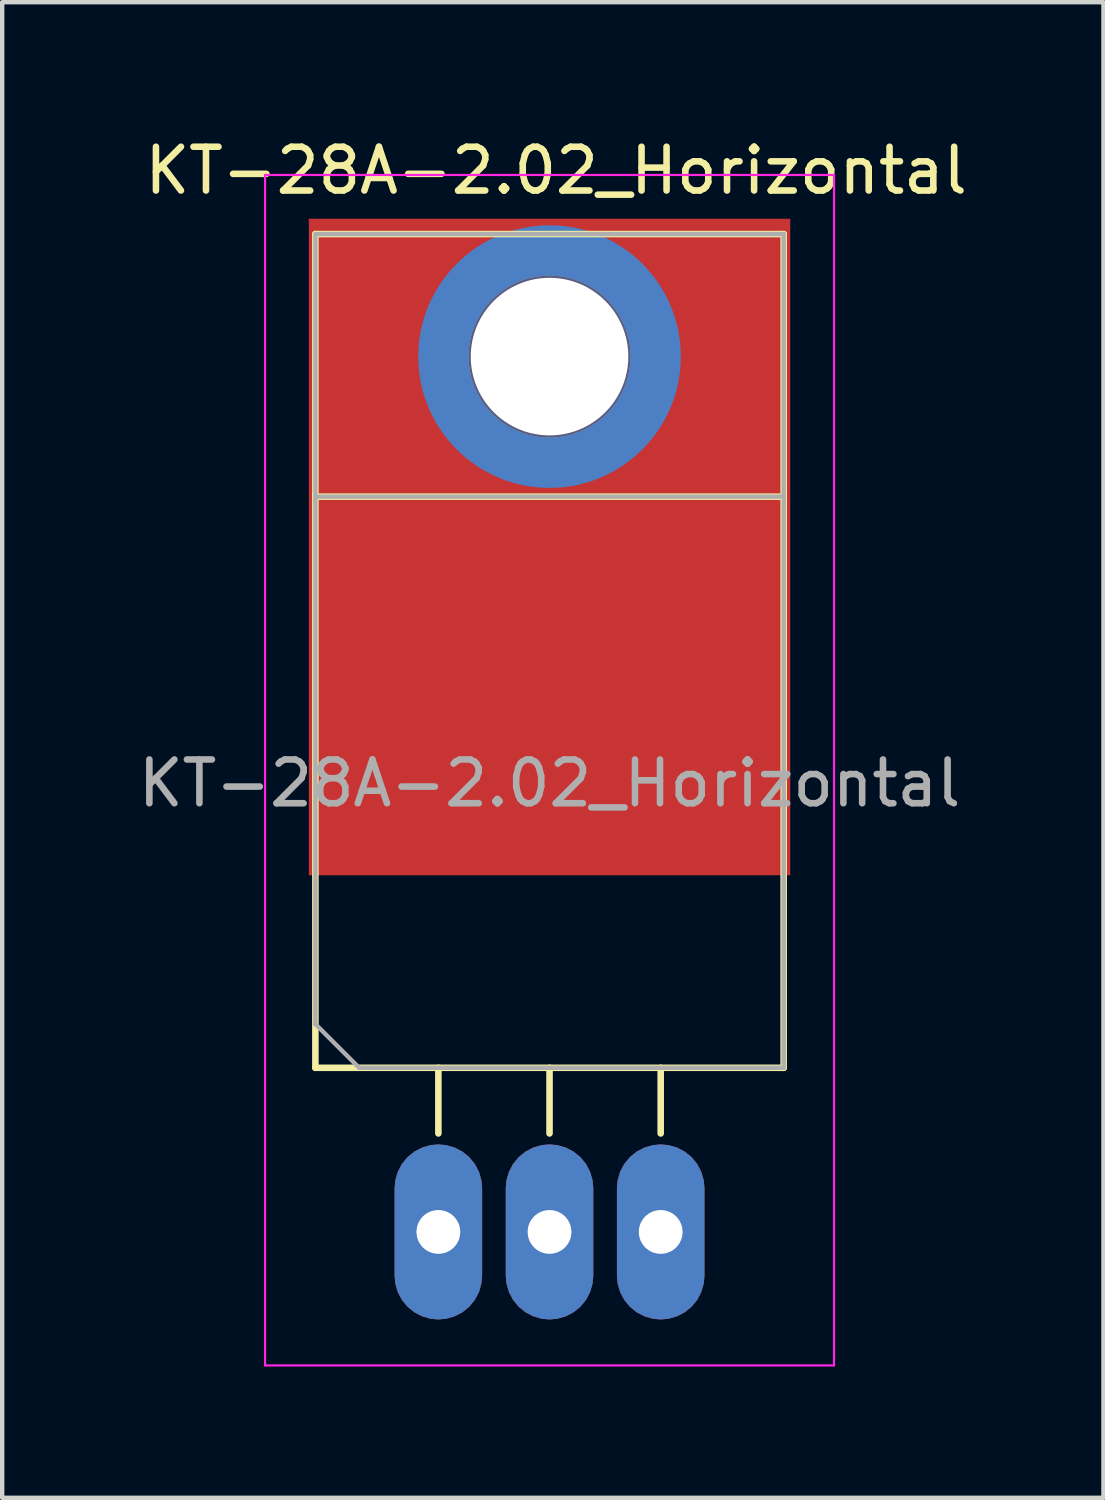
<source format=kicad_pcb>
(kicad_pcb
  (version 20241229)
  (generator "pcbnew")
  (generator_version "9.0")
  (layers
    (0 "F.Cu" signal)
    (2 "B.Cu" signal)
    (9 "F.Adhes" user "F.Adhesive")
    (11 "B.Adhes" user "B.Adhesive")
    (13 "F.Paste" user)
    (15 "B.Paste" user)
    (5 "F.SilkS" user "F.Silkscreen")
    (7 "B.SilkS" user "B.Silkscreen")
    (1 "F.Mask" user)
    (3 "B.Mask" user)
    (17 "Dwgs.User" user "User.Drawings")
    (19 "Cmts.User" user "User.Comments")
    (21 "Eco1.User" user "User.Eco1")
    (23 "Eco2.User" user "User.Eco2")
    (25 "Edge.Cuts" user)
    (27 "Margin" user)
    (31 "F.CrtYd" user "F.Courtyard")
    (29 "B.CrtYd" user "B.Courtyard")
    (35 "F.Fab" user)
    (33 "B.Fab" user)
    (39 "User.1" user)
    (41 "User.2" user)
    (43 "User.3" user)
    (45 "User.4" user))
  (footprint "КТ-28А-2.02_Horizontal"
    (layer "F.Cu")
    (at 9.506 14.848)
    (property "Reference" "КТ-28А-2.02_Horizontal" (at 0.15 -14 0) (layer "F.SilkS") (effects (font (size 1 1) (thickness 0.15))))
    (attr through_hole)
    (fp_line (start -5.35 -12.55) (end 5.35 -12.55) (stroke (width 0.15) (type solid)) (layer "F.SilkS"))
    (fp_line (start -5.35 -6.55) (end 5.35 -6.55) (stroke (width 0.15) (type solid)) (layer "F.SilkS"))
    (fp_line (start -5.35 6.5) (end -5.35 -12.55) (stroke (width 0.15) (type solid)) (layer "F.SilkS"))
    (fp_line (start -2.54 6.5) (end -2.54 8) (stroke (width 0.15) (type solid)) (layer "F.SilkS"))
    (fp_line (start 0 6.5) (end 0 8) (stroke (width 0.15) (type solid)) (layer "F.SilkS"))
    (fp_line (start 2.54 6.5) (end 2.54 8) (stroke (width 0.15) (type solid)) (layer "F.SilkS"))
    (fp_line (start 5.35 -12.55) (end 5.35 6.5) (stroke (width 0.15) (type solid)) (layer "F.SilkS"))
    (fp_line (start 5.35 -6.55) (end 5.35 -6.55) (stroke (width 0.15) (type solid)) (layer "F.SilkS"))
    (fp_line (start 5.35 6.5) (end -5.35 6.5) (stroke (width 0.15) (type solid)) (layer "F.SilkS"))
    (fp_line (start -6.5 -13.9) (end 6.5 -13.9) (stroke (width 0.05) (type solid)) (layer "F.CrtYd"))
    (fp_line (start -6.5 13.3) (end -6.5 -13.9) (stroke (width 0.05) (type solid)) (layer "F.CrtYd"))
    (fp_line (start 6.5 -13.9) (end 6.5 13.3) (stroke (width 0.05) (type solid)) (layer "F.CrtYd"))
    (fp_line (start 6.5 13.3) (end -6.5 13.3) (stroke (width 0.05) (type solid)) (layer "F.CrtYd"))
    (fp_circle (center 0 -9.75) (end 1.8 -9.75) (stroke (width 0.1) (type solid)) (fill no) (layer "B.Fab"))
    (fp_line (start -5.35 -12.55) (end 5.35 -12.55) (stroke (width 0.1) (type solid)) (layer "F.Fab"))
    (fp_line (start -5.35 -6.55) (end 5.35 -6.55) (stroke (width 0.1) (type solid)) (layer "F.Fab"))
    (fp_line (start -5.35 5.5) (end -5.35 -12.55) (stroke (width 0.1) (type solid)) (layer "F.Fab"))
    (fp_line (start -4.35 6.5) (end -5.35 5.5) (stroke (width 0.1) (type solid)) (layer "F.Fab"))
    (fp_line (start 5.35 -12.55) (end 5.35 6.5) (stroke (width 0.1) (type solid)) (layer "F.Fab"))
    (fp_line (start 5.35 6.5) (end -4.35 6.5) (stroke (width 0.1) (type solid)) (layer "F.Fab"))
    (fp_circle (center 0 -9.75) (end 1.8 -9.75) (stroke (width 0.1) (type solid)) (fill no) (layer "F.Fab"))
    (fp_text user "${REFERENCE}" (at 0 0 0) (layer "F.Fab") (effects (font (size 1 1) (thickness 0.15))))
    (pad "1" thru_hole roundrect (at -2.54 10.25) (size 2 4) (drill 1) (layers "*.Cu" "*.Mask") (roundrect_rratio 0.5))
    (pad "2" thru_hole roundrect (at 0 10.25) (size 2 4) (drill 1) (layers "*.Cu" "*.Mask") (roundrect_rratio 0.5))
    (pad "3" thru_hole roundrect (at 2.54 10.25) (size 2 4) (drill 1) (layers "*.Cu" "*.Mask") (roundrect_rratio 0.5))
    (pad "4" thru_hole circle (at 0 -9.75) (size 6 6) (drill 3.6) (layers "*.Cu" "*.Mask"))
    (pad "4" smd rect (at 0 -5.4) (size 11 15) (layers "F.Cu" "F.Mask")))
  (gr_rect
    (start -3 -3)
    (end 22.162 31.173)
    (stroke (width 0.1) (type default))
    (fill no)
    (layer "Edge.Cuts")))
</source>
